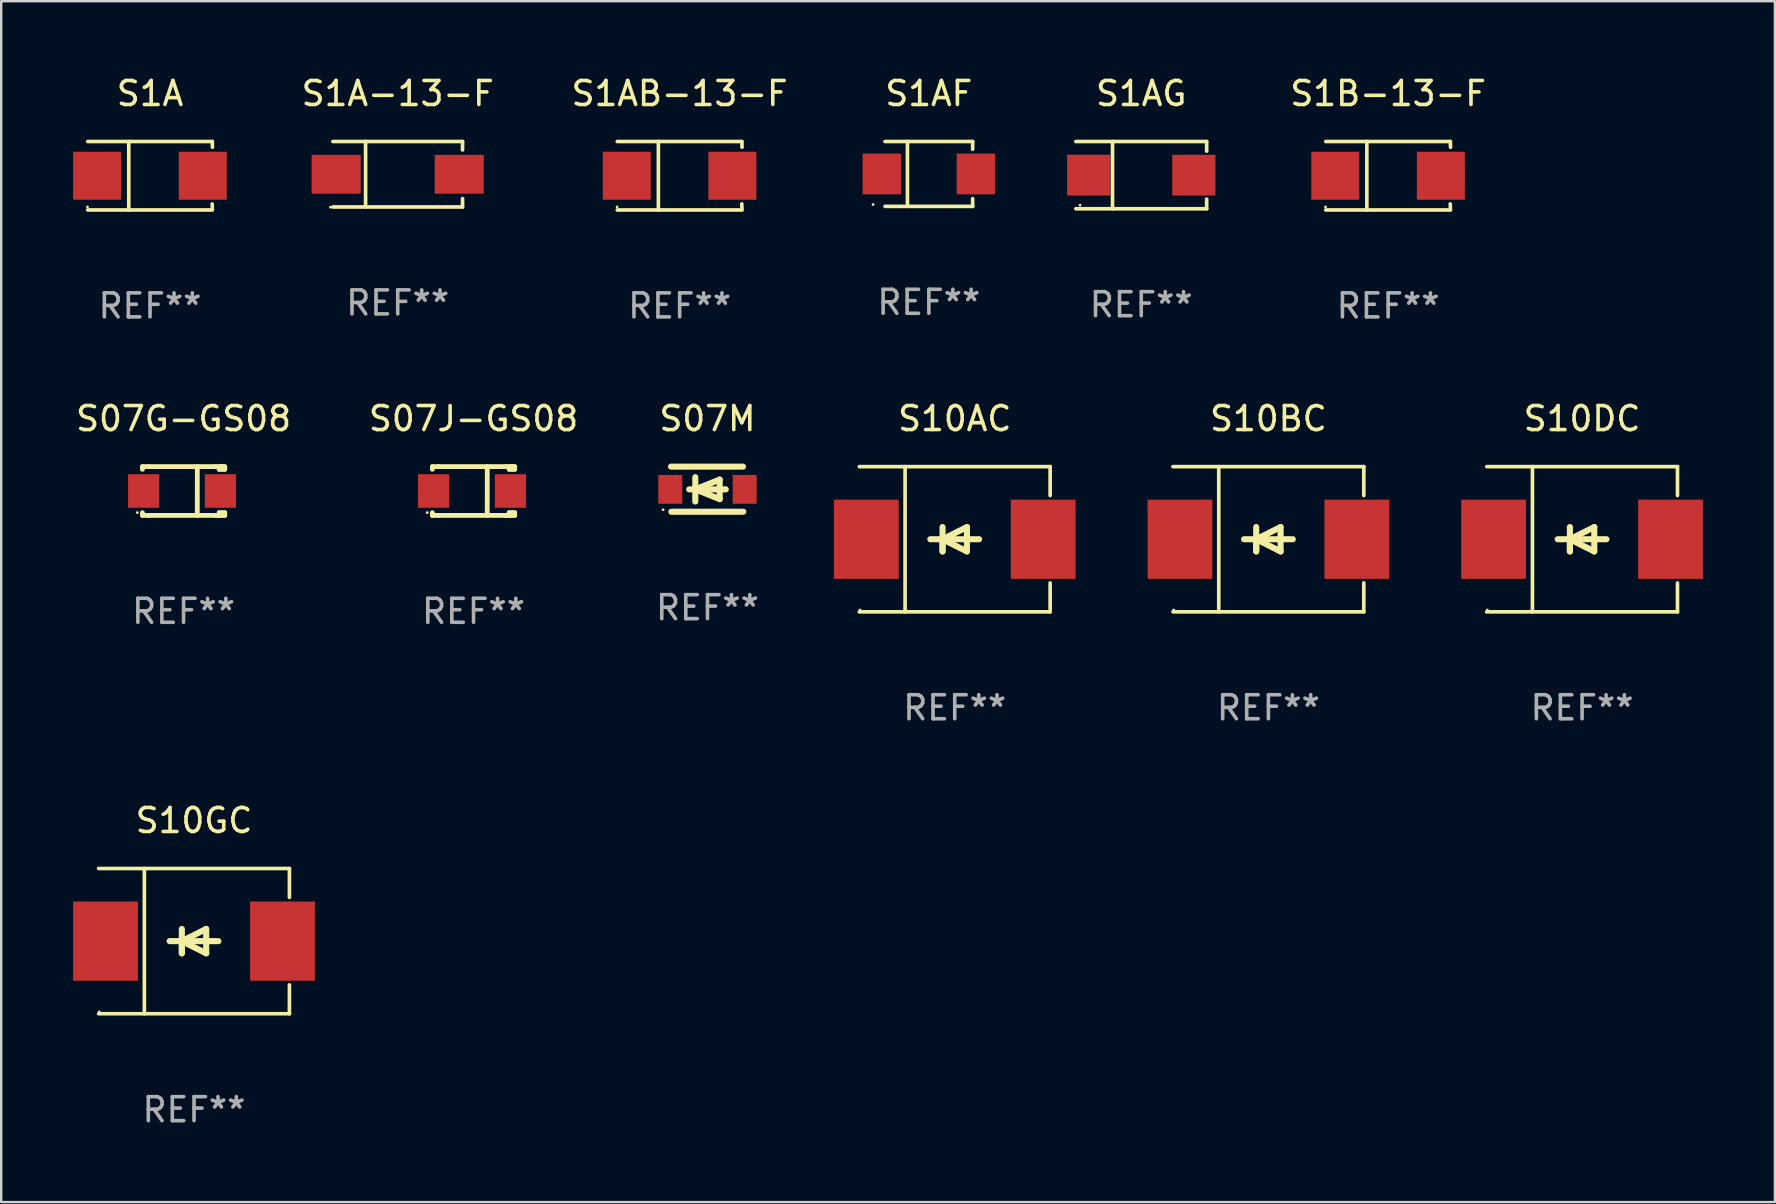
<source format=kicad_pcb>
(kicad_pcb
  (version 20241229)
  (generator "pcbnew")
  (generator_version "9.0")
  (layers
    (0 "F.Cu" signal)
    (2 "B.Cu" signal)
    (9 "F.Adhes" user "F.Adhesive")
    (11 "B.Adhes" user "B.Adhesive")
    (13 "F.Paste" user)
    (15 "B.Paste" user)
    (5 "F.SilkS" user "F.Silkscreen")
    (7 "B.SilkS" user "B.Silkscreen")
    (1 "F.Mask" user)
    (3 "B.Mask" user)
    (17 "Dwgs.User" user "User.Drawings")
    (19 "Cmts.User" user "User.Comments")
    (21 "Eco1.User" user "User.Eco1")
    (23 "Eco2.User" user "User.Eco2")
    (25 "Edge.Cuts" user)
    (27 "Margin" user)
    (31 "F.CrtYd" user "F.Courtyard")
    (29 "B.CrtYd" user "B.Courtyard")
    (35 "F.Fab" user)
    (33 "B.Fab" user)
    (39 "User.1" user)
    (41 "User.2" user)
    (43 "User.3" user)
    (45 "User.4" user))
  (footprint "S07J-GS08"
    (layer "F.Cu")
    (at 16.685 17.413)
    (property "Reference" "S07J-GS08" (at 0 -3.016 0) (layer "F.SilkS") (effects (font (size 1 1) (thickness 0.15))))
    (attr through_hole)
    (fp_line (start -1.715 -1.016) (end -1.715 -0.904) (stroke (width 0.2) (type solid)) (layer "F.SilkS"))
    (fp_line (start -1.715 0.904) (end -1.715 1.016) (stroke (width 0.2) (type solid)) (layer "F.SilkS"))
    (fp_line (start -1.715 1.016) (end -1.461 1.016) (stroke (width 0.2) (type solid)) (layer "F.SilkS"))
    (fp_line (start -1.461 -1.016) (end -1.715 -1.016) (stroke (width 0.2) (type solid)) (layer "F.SilkS"))
    (fp_line (start -1.461 -1.016) (end 1.339 -1.016) (stroke (width 0.2) (type solid)) (layer "F.SilkS"))
    (fp_line (start -1.461 1.016) (end 1.339 1.016) (stroke (width 0.2) (type solid)) (layer "F.SilkS"))
    (fp_line (start 0.572 -1.016) (end 0.571 1.016) (stroke (width 0.2) (type solid)) (layer "F.SilkS"))
    (fp_line (start 1.339 -1.016) (end 1.588 -1.016) (stroke (width 0.2) (type solid)) (layer "F.SilkS"))
    (fp_line (start 1.339 1.016) (end 1.486 1.016) (stroke (width 0.2) (type solid)) (layer "F.SilkS"))
    (fp_line (start 1.486 -0.904) (end 1.486 -1.016) (stroke (width 0.2) (type solid)) (layer "F.SilkS"))
    (fp_line (start 1.486 1.016) (end 1.486 0.904) (stroke (width 0.2) (type solid)) (layer "F.SilkS"))
    (fp_line (start 1.588 -1.016) (end 1.603 -1.016) (stroke (width 0.2) (type solid)) (layer "F.SilkS"))
    (fp_line (start 1.588 -1.016) (end 1.715 -1.016) (stroke (width 0.2) (type solid)) (layer "F.SilkS"))
    (fp_line (start 1.603 -1.016) (end 1.603 -0.904) (stroke (width 0.2) (type solid)) (layer "F.SilkS"))
    (fp_line (start 1.603 0.904) (end 1.603 1.016) (stroke (width 0.2) (type solid)) (layer "F.SilkS"))
    (fp_line (start 1.715 -1.016) (end 1.715 -0.904) (stroke (width 0.2) (type solid)) (layer "F.SilkS"))
    (fp_line (start 1.715 -0.904) (end 1.486 -0.904) (stroke (width 0.2) (type solid)) (layer "F.SilkS"))
    (fp_line (start 1.715 0.904) (end 1.486 0.904) (stroke (width 0.2) (type solid)) (layer "F.SilkS"))
    (fp_line (start 1.715 0.904) (end 1.715 1.016) (stroke (width 0.2) (type solid)) (layer "F.SilkS"))
    (fp_line (start 1.715 1.016) (end 1.339 1.016) (stroke (width 0.2) (type solid)) (layer "F.SilkS"))
    (fp_circle (center -1.929 0.9) (end -1.899 0.9) (stroke (width 0.06) (type solid)) (fill no) (layer "F.SilkS"))
    (fp_text user "REF**" (at 0 5.016 0) (layer "F.Fab") (effects (font (size 1 1) (thickness 0.15))))
    (pad "1" smd rect (at -1.664 0) (size 1.3 1.4) (layers "F.Cu" "F.Mask" "F.Paste"))
    (pad "2" smd rect (at 1.537 0) (size 1.3 1.4) (layers "F.Cu" "F.Mask" "F.Paste")))
  (footprint "S1AG"
    (layer "F.Cu")
    (at 44.512 4.249)
    (property "Reference" "S1AG" (at 0 -3.401 0) (layer "F.SilkS") (effects (font (size 1 1) (thickness 0.15))))
    (attr through_hole)
    (fp_line (start -2.726 -1.401) (end 2.726 -1.401) (stroke (width 0.152) (type solid)) (layer "F.SilkS"))
    (fp_line (start -2.726 1.401) (end 2.726 1.401) (stroke (width 0.152) (type solid)) (layer "F.SilkS"))
    (fp_line (start -1.197 -1.401) (end -1.197 1.401) (stroke (width 0.152) (type solid)) (layer "F.SilkS"))
    (fp_line (start 2.726 -1.401) (end 2.726 -1) (stroke (width 0.152) (type solid)) (layer "F.SilkS"))
    (fp_line (start 2.726 1.401) (end 2.726 1) (stroke (width 0.152) (type solid)) (layer "F.SilkS"))
    (fp_circle (center -2.55 1.25) (end -2.52 1.25) (stroke (width 0.06) (type solid)) (fill no) (layer "F.SilkS"))
    (fp_text user "REF**" (at 0 5.401 0) (layer "F.Fab") (effects (font (size 1 1) (thickness 0.15))))
    (pad "1" smd rect (at -2.192 0) (size 1.8 1.7) (layers "F.Cu" "F.Mask" "F.Paste"))
    (pad "2" smd rect (at 2.192 0) (size 1.8 1.7) (layers "F.Cu" "F.Mask" "F.Paste")))
  (footprint "S1B-13-F"
    (layer "F.Cu")
    (at 54.801 4.274)
    (property "Reference" "S1B-13-F" (at 0 -3.426 0) (layer "F.SilkS") (effects (font (size 1 1) (thickness 0.15))))
    (attr through_hole)
    (fp_line (start -2.6 -1.426) (end 2.593 -1.426) (stroke (width 0.152) (type solid)) (layer "F.SilkS"))
    (fp_line (start -2.6 1.426) (end 2.593 1.426) (stroke (width 0.152) (type solid)) (layer "F.SilkS"))
    (fp_line (start -0.887 -1.426) (end -0.887 1.426) (stroke (width 0.152) (type solid)) (layer "F.SilkS"))
    (fp_line (start 2.59 1.176) (end 2.597 1.415) (stroke (width 0.152) (type solid)) (layer "F.SilkS"))
    (fp_line (start 2.593 -1.426) (end 2.6 -1.187) (stroke (width 0.152) (type solid)) (layer "F.SilkS"))
    (fp_circle (center -2.608 1.3) (end -2.578 1.3) (stroke (width 0.06) (type solid)) (fill no) (layer "F.SilkS"))
    (fp_text user "REF**" (at 0 5.426 0) (layer "F.Fab") (effects (font (size 1 1) (thickness 0.15))))
    (pad "1" smd rect (at -2.203 0 180) (size 2 2) (layers "F.Cu" "F.Mask" "F.Paste"))
    (pad "2" smd rect (at 2.197 0 180) (size 2 2) (layers "F.Cu" "F.Mask" "F.Paste")))
  (footprint "S07G-GS08"
    (layer "F.Cu")
    (at 4.601 17.413)
    (property "Reference" "S07G-GS08" (at 0 -3.016 0) (layer "F.SilkS") (effects (font (size 1 1) (thickness 0.15))))
    (attr through_hole)
    (fp_line (start -1.715 -1.016) (end -1.715 -0.904) (stroke (width 0.2) (type solid)) (layer "F.SilkS"))
    (fp_line (start -1.715 0.904) (end -1.715 1.016) (stroke (width 0.2) (type solid)) (layer "F.SilkS"))
    (fp_line (start -1.715 1.016) (end -1.461 1.016) (stroke (width 0.2) (type solid)) (layer "F.SilkS"))
    (fp_line (start -1.461 -1.016) (end -1.715 -1.016) (stroke (width 0.2) (type solid)) (layer "F.SilkS"))
    (fp_line (start -1.461 -1.016) (end 1.339 -1.016) (stroke (width 0.2) (type solid)) (layer "F.SilkS"))
    (fp_line (start -1.461 1.016) (end 1.339 1.016) (stroke (width 0.2) (type solid)) (layer "F.SilkS"))
    (fp_line (start 0.572 -1.016) (end 0.571 1.016) (stroke (width 0.2) (type solid)) (layer "F.SilkS"))
    (fp_line (start 1.339 -1.016) (end 1.588 -1.016) (stroke (width 0.2) (type solid)) (layer "F.SilkS"))
    (fp_line (start 1.339 1.016) (end 1.486 1.016) (stroke (width 0.2) (type solid)) (layer "F.SilkS"))
    (fp_line (start 1.486 -0.904) (end 1.486 -1.016) (stroke (width 0.2) (type solid)) (layer "F.SilkS"))
    (fp_line (start 1.486 1.016) (end 1.486 0.904) (stroke (width 0.2) (type solid)) (layer "F.SilkS"))
    (fp_line (start 1.588 -1.016) (end 1.603 -1.016) (stroke (width 0.2) (type solid)) (layer "F.SilkS"))
    (fp_line (start 1.588 -1.016) (end 1.715 -1.016) (stroke (width 0.2) (type solid)) (layer "F.SilkS"))
    (fp_line (start 1.603 -1.016) (end 1.603 -0.904) (stroke (width 0.2) (type solid)) (layer "F.SilkS"))
    (fp_line (start 1.603 0.904) (end 1.603 1.016) (stroke (width 0.2) (type solid)) (layer "F.SilkS"))
    (fp_line (start 1.715 -1.016) (end 1.715 -0.904) (stroke (width 0.2) (type solid)) (layer "F.SilkS"))
    (fp_line (start 1.715 -0.904) (end 1.486 -0.904) (stroke (width 0.2) (type solid)) (layer "F.SilkS"))
    (fp_line (start 1.715 0.904) (end 1.486 0.904) (stroke (width 0.2) (type solid)) (layer "F.SilkS"))
    (fp_line (start 1.715 0.904) (end 1.715 1.016) (stroke (width 0.2) (type solid)) (layer "F.SilkS"))
    (fp_line (start 1.715 1.016) (end 1.339 1.016) (stroke (width 0.2) (type solid)) (layer "F.SilkS"))
    (fp_circle (center -1.929 0.9) (end -1.899 0.9) (stroke (width 0.06) (type solid)) (fill no) (layer "F.SilkS"))
    (fp_text user "REF**" (at 0 5.016 0) (layer "F.Fab") (effects (font (size 1 1) (thickness 0.15))))
    (pad "1" smd rect (at -1.664 0) (size 1.3 1.4) (layers "F.Cu" "F.Mask" "F.Paste"))
    (pad "2" smd rect (at 1.537 0) (size 1.3 1.4) (layers "F.Cu" "F.Mask" "F.Paste")))
  (footprint "S1A"
    (layer "F.Cu")
    (at 3.203 4.274)
    (property "Reference" "S1A" (at 0 -3.426 0) (layer "F.SilkS") (effects (font (size 1 1) (thickness 0.15))))
    (attr through_hole)
    (fp_line (start -2.6 -1.426) (end 2.593 -1.426) (stroke (width 0.152) (type solid)) (layer "F.SilkS"))
    (fp_line (start -2.6 1.426) (end 2.593 1.426) (stroke (width 0.152) (type solid)) (layer "F.SilkS"))
    (fp_line (start -0.887 -1.426) (end -0.887 1.426) (stroke (width 0.152) (type solid)) (layer "F.SilkS"))
    (fp_line (start 2.59 1.176) (end 2.597 1.415) (stroke (width 0.152) (type solid)) (layer "F.SilkS"))
    (fp_line (start 2.593 -1.426) (end 2.6 -1.187) (stroke (width 0.152) (type solid)) (layer "F.SilkS"))
    (fp_circle (center -2.608 1.3) (end -2.578 1.3) (stroke (width 0.06) (type solid)) (fill no) (layer "F.SilkS"))
    (fp_text user "REF**" (at 0 5.426 0) (layer "F.Fab") (effects (font (size 1 1) (thickness 0.15))))
    (pad "1" smd rect (at -2.203 0 180) (size 2 2) (layers "F.Cu" "F.Mask" "F.Paste"))
    (pad "2" smd rect (at 2.197 0 180) (size 2 2) (layers "F.Cu" "F.Mask" "F.Paste")))
  (footprint "S10DC"
    (layer "F.Cu")
    (at 62.884 19.423)
    (property "Reference" "S10DC" (at 0 -5.026 0) (layer "F.SilkS") (effects (font (size 1 1) (thickness 0.15))))
    (attr through_hole)
    (fp_line (start -3.976 -3.026) (end 3.976 -3.026) (stroke (width 0.152) (type solid)) (layer "F.SilkS"))
    (fp_line (start -3.976 3.026) (end 3.976 3.026) (stroke (width 0.152) (type solid)) (layer "F.SilkS"))
    (fp_line (start -2.069 -3.026) (end -2.069 3.026) (stroke (width 0.152) (type solid)) (layer "F.SilkS"))
    (fp_line (start -0.508 0) (end -0.508 0.508) (stroke (width 0.254) (type solid)) (layer "F.SilkS"))
    (fp_line (start -0.508 0) (end 0.508 0.508) (stroke (width 0.254) (type solid)) (layer "F.SilkS"))
    (fp_line (start -0.508 0.508) (end -0.508 -0.508) (stroke (width 0.254) (type solid)) (layer "F.SilkS"))
    (fp_line (start 0.508 -0.508) (end -0.508 0) (stroke (width 0.254) (type solid)) (layer "F.SilkS"))
    (fp_line (start 0.508 0.508) (end 0.508 -0.508) (stroke (width 0.254) (type solid)) (layer "F.SilkS"))
    (fp_line (start 1.016 0) (end -1.016 0) (stroke (width 0.254) (type solid)) (layer "F.SilkS"))
    (fp_line (start 3.976 -3.026) (end 3.976 -1.823) (stroke (width 0.152) (type solid)) (layer "F.SilkS"))
    (fp_line (start 3.976 3.026) (end 3.976 1.823) (stroke (width 0.152) (type solid)) (layer "F.SilkS"))
    (fp_circle (center -3.95 2.95) (end -3.92 2.95) (stroke (width 0.06) (type solid)) (fill no) (layer "F.SilkS"))
    (fp_text user "REF**" (at 0 7.026 0) (layer "F.Fab") (effects (font (size 1 1) (thickness 0.15))))
    (pad "1" smd rect (at -3.686 0) (size 2.7 3.3) (layers "F.Cu" "F.Mask" "F.Paste"))
    (pad "2" smd rect (at 3.686 0) (size 2.7 3.3) (layers "F.Cu" "F.Mask" "F.Paste")))
  (footprint "S1A-13-F"
    (layer "F.Cu")
    (at 13.525 4.212)
    (property "Reference" "S1A-13-F" (at 0 -3.364 0) (layer "F.SilkS") (effects (font (size 1 1) (thickness 0.15))))
    (attr through_hole)
    (fp_line (start -2.701 -1.364) (end 2.701 -1.364) (stroke (width 0.152) (type solid)) (layer "F.SilkS"))
    (fp_line (start -2.701 1.364) (end 2.701 1.364) (stroke (width 0.152) (type solid)) (layer "F.SilkS"))
    (fp_line (start -1.339 -1.364) (end -1.339 1.364) (stroke (width 0.152) (type solid)) (layer "F.SilkS"))
    (fp_line (start 2.701 -1.364) (end 2.701 -1.013) (stroke (width 0.152) (type solid)) (layer "F.SilkS"))
    (fp_line (start 2.701 1.364) (end 2.701 1.013) (stroke (width 0.152) (type solid)) (layer "F.SilkS"))
    (fp_circle (center -2.8 1.375) (end -2.77 1.375) (stroke (width 0.06) (type solid)) (fill no) (layer "F.SilkS"))
    (fp_text user "REF**" (at 0 5.364 0) (layer "F.Fab") (effects (font (size 1 1) (thickness 0.15))))
    (pad "1" smd rect (at -2.565 -0.000025) (size 2.046 1.62) (layers "F.Cu" "F.Mask" "F.Paste"))
    (pad "2" smd rect (at 2.565 -0.000025) (size 2.046 1.62) (layers "F.Cu" "F.Mask" "F.Paste")))
  (footprint "S1AF"
    (layer "F.Cu")
    (at 35.66 4.199)
    (property "Reference" "S1AF" (at 0 -3.351 0) (layer "F.SilkS") (effects (font (size 1 1) (thickness 0.15))))
    (attr through_hole)
    (fp_line (start -1.826 -1.351) (end 1.826 -1.351) (stroke (width 0.152) (type solid)) (layer "F.SilkS"))
    (fp_line (start -1.826 1.351) (end 1.826 1.351) (stroke (width 0.152) (type solid)) (layer "F.SilkS"))
    (fp_line (start -0.892 -1.351) (end -0.892 1.351) (stroke (width 0.152) (type solid)) (layer "F.SilkS"))
    (fp_line (start 1.826 -1.351) (end 1.826 -1.03) (stroke (width 0.152) (type solid)) (layer "F.SilkS"))
    (fp_line (start 1.826 1.03) (end 1.826 1.351) (stroke (width 0.152) (type solid)) (layer "F.SilkS"))
    (fp_circle (center -2.325 1.275) (end -2.295 1.275) (stroke (width 0.06) (type solid)) (fill no) (layer "F.SilkS"))
    (fp_text user "REF**" (at 0 5.351 0) (layer "F.Fab") (effects (font (size 1 1) (thickness 0.15))))
    (pad "1" smd rect (at -1.96 0 180) (size 1.6 1.7) (layers "F.Cu" "F.Mask" "F.Paste"))
    (pad "2" smd rect (at 1.96 0 180) (size 1.6 1.7) (layers "F.Cu" "F.Mask" "F.Paste")))
  (footprint "S10AC"
    (layer "F.Cu")
    (at 36.739 19.423)
    (property "Reference" "S10AC" (at 0 -5.026 0) (layer "F.SilkS") (effects (font (size 1 1) (thickness 0.15))))
    (attr through_hole)
    (fp_line (start -3.976 -3.026) (end 3.976 -3.026) (stroke (width 0.152) (type solid)) (layer "F.SilkS"))
    (fp_line (start -3.976 3.026) (end 3.976 3.026) (stroke (width 0.152) (type solid)) (layer "F.SilkS"))
    (fp_line (start -2.069 -3.026) (end -2.069 3.026) (stroke (width 0.152) (type solid)) (layer "F.SilkS"))
    (fp_line (start -0.508 0) (end -0.508 0.508) (stroke (width 0.254) (type solid)) (layer "F.SilkS"))
    (fp_line (start -0.508 0) (end 0.508 0.508) (stroke (width 0.254) (type solid)) (layer "F.SilkS"))
    (fp_line (start -0.508 0.508) (end -0.508 -0.508) (stroke (width 0.254) (type solid)) (layer "F.SilkS"))
    (fp_line (start 0.508 -0.508) (end -0.508 0) (stroke (width 0.254) (type solid)) (layer "F.SilkS"))
    (fp_line (start 0.508 0.508) (end 0.508 -0.508) (stroke (width 0.254) (type solid)) (layer "F.SilkS"))
    (fp_line (start 1.016 0) (end -1.016 0) (stroke (width 0.254) (type solid)) (layer "F.SilkS"))
    (fp_line (start 3.976 -3.026) (end 3.976 -1.823) (stroke (width 0.152) (type solid)) (layer "F.SilkS"))
    (fp_line (start 3.976 3.026) (end 3.976 1.823) (stroke (width 0.152) (type solid)) (layer "F.SilkS"))
    (fp_circle (center -3.95 2.95) (end -3.92 2.95) (stroke (width 0.06) (type solid)) (fill no) (layer "F.SilkS"))
    (fp_text user "REF**" (at 0 7.026 0) (layer "F.Fab") (effects (font (size 1 1) (thickness 0.15))))
    (pad "1" smd rect (at -3.686 0) (size 2.7 3.3) (layers "F.Cu" "F.Mask" "F.Paste"))
    (pad "2" smd rect (at 3.686 0) (size 2.7 3.3) (layers "F.Cu" "F.Mask" "F.Paste")))
  (footprint "S1AB-13-F"
    (layer "F.Cu")
    (at 25.275 4.274)
    (property "Reference" "S1AB-13-F" (at 0 -3.426 0) (layer "F.SilkS") (effects (font (size 1 1) (thickness 0.15))))
    (attr through_hole)
    (fp_line (start -2.6 -1.426) (end 2.593 -1.426) (stroke (width 0.152) (type solid)) (layer "F.SilkS"))
    (fp_line (start -2.6 1.426) (end 2.593 1.426) (stroke (width 0.152) (type solid)) (layer "F.SilkS"))
    (fp_line (start -0.887 -1.426) (end -0.887 1.426) (stroke (width 0.152) (type solid)) (layer "F.SilkS"))
    (fp_line (start 2.59 1.176) (end 2.597 1.415) (stroke (width 0.152) (type solid)) (layer "F.SilkS"))
    (fp_line (start 2.593 -1.426) (end 2.6 -1.187) (stroke (width 0.152) (type solid)) (layer "F.SilkS"))
    (fp_circle (center -2.608 1.3) (end -2.578 1.3) (stroke (width 0.06) (type solid)) (fill no) (layer "F.SilkS"))
    (fp_text user "REF**" (at 0 5.426 0) (layer "F.Fab") (effects (font (size 1 1) (thickness 0.15))))
    (pad "1" smd rect (at -2.203 0 180) (size 2 2) (layers "F.Cu" "F.Mask" "F.Paste"))
    (pad "2" smd rect (at 2.197 0 180) (size 2 2) (layers "F.Cu" "F.Mask" "F.Paste")))
  (footprint "S10BC"
    (layer "F.Cu")
    (at 49.811 19.423)
    (property "Reference" "S10BC" (at 0 -5.026 0) (layer "F.SilkS") (effects (font (size 1 1) (thickness 0.15))))
    (attr through_hole)
    (fp_line (start -3.976 -3.026) (end 3.976 -3.026) (stroke (width 0.152) (type solid)) (layer "F.SilkS"))
    (fp_line (start -3.976 3.026) (end 3.976 3.026) (stroke (width 0.152) (type solid)) (layer "F.SilkS"))
    (fp_line (start -2.069 -3.026) (end -2.069 3.026) (stroke (width 0.152) (type solid)) (layer "F.SilkS"))
    (fp_line (start -0.508 0) (end -0.508 0.508) (stroke (width 0.254) (type solid)) (layer "F.SilkS"))
    (fp_line (start -0.508 0) (end 0.508 0.508) (stroke (width 0.254) (type solid)) (layer "F.SilkS"))
    (fp_line (start -0.508 0.508) (end -0.508 -0.508) (stroke (width 0.254) (type solid)) (layer "F.SilkS"))
    (fp_line (start 0.508 -0.508) (end -0.508 0) (stroke (width 0.254) (type solid)) (layer "F.SilkS"))
    (fp_line (start 0.508 0.508) (end 0.508 -0.508) (stroke (width 0.254) (type solid)) (layer "F.SilkS"))
    (fp_line (start 1.016 0) (end -1.016 0) (stroke (width 0.254) (type solid)) (layer "F.SilkS"))
    (fp_line (start 3.976 -3.026) (end 3.976 -1.823) (stroke (width 0.152) (type solid)) (layer "F.SilkS"))
    (fp_line (start 3.976 3.026) (end 3.976 1.823) (stroke (width 0.152) (type solid)) (layer "F.SilkS"))
    (fp_circle (center -3.95 2.95) (end -3.92 2.95) (stroke (width 0.06) (type solid)) (fill no) (layer "F.SilkS"))
    (fp_text user "REF**" (at 0 7.026 0) (layer "F.Fab") (effects (font (size 1 1) (thickness 0.15))))
    (pad "1" smd rect (at -3.686 0) (size 2.7 3.3) (layers "F.Cu" "F.Mask" "F.Paste"))
    (pad "2" smd rect (at 3.686 0) (size 2.7 3.3) (layers "F.Cu" "F.Mask" "F.Paste")))
  (footprint "S10GC"
    (layer "F.Cu")
    (at 5.036 36.172)
    (property "Reference" "S10GC" (at 0 -5.026 0) (layer "F.SilkS") (effects (font (size 1 1) (thickness 0.15))))
    (attr through_hole)
    (fp_line (start -3.976 -3.026) (end 3.976 -3.026) (stroke (width 0.152) (type solid)) (layer "F.SilkS"))
    (fp_line (start -3.976 3.026) (end 3.976 3.026) (stroke (width 0.152) (type solid)) (layer "F.SilkS"))
    (fp_line (start -2.069 -3.026) (end -2.069 3.026) (stroke (width 0.152) (type solid)) (layer "F.SilkS"))
    (fp_line (start -0.508 0) (end -0.508 0.508) (stroke (width 0.254) (type solid)) (layer "F.SilkS"))
    (fp_line (start -0.508 0) (end 0.508 0.508) (stroke (width 0.254) (type solid)) (layer "F.SilkS"))
    (fp_line (start -0.508 0.508) (end -0.508 -0.508) (stroke (width 0.254) (type solid)) (layer "F.SilkS"))
    (fp_line (start 0.508 -0.508) (end -0.508 0) (stroke (width 0.254) (type solid)) (layer "F.SilkS"))
    (fp_line (start 0.508 0.508) (end 0.508 -0.508) (stroke (width 0.254) (type solid)) (layer "F.SilkS"))
    (fp_line (start 1.016 0) (end -1.016 0) (stroke (width 0.254) (type solid)) (layer "F.SilkS"))
    (fp_line (start 3.976 -3.026) (end 3.976 -1.823) (stroke (width 0.152) (type solid)) (layer "F.SilkS"))
    (fp_line (start 3.976 3.026) (end 3.976 1.823) (stroke (width 0.152) (type solid)) (layer "F.SilkS"))
    (fp_circle (center -3.95 2.95) (end -3.92 2.95) (stroke (width 0.06) (type solid)) (fill no) (layer "F.SilkS"))
    (fp_text user "REF**" (at 0 7.026 0) (layer "F.Fab") (effects (font (size 1 1) (thickness 0.15))))
    (pad "1" smd rect (at -3.686 0) (size 2.7 3.3) (layers "F.Cu" "F.Mask" "F.Paste"))
    (pad "2" smd rect (at 3.686 0) (size 2.7 3.3) (layers "F.Cu" "F.Mask" "F.Paste")))
  (footprint "S07M"
    (layer "F.Cu")
    (at 26.435 17.337)
    (property "Reference" "S07M" (at 0 -2.94 0) (layer "F.SilkS") (effects (font (size 1 1) (thickness 0.15))))
    (attr through_hole)
    (fp_line (start -1.52 -0.94) (end 1.48 -0.94) (stroke (width 0.254) (type solid)) (layer "F.SilkS"))
    (fp_line (start -1.507 0.94) (end 1.493 0.94) (stroke (width 0.254) (type solid)) (layer "F.SilkS"))
    (fp_line (start -0.762 0.007) (end 0.762 0.007) (stroke (width 0.254) (type solid)) (layer "F.SilkS"))
    (fp_line (start -0.508 -0.501) (end -0.508 0.515) (stroke (width 0.254) (type solid)) (layer "F.SilkS"))
    (fp_line (start -0.508 0.007) (end 0.508 -0.4) (stroke (width 0.254) (type solid)) (layer "F.SilkS"))
    (fp_line (start 0.508 -0.4) (end 0.508 0.413) (stroke (width 0.254) (type solid)) (layer "F.SilkS"))
    (fp_line (start 0.508 0.413) (end -0.508 0.007) (stroke (width 0.254) (type solid)) (layer "F.SilkS"))
    (fp_circle (center -1.85 0.857) (end -1.82 0.857) (stroke (width 0.06) (type solid)) (fill no) (layer "F.SilkS"))
    (fp_text user "REF**" (at 0 4.94 0) (layer "F.Fab") (effects (font (size 1 1) (thickness 0.15))))
    (pad "1" smd rect (at -1.55 0.007) (size 1 1.2) (layers "F.Cu" "F.Mask" "F.Paste"))
    (pad "2" smd rect (at 1.55 0.007) (size 1 1.2) (layers "F.Cu" "F.Mask" "F.Paste")))
  (gr_rect
    (start -3 -3)
    (end 70.92 47.047)
    (stroke (width 0.1) (type default))
    (fill no)
    (layer "Edge.Cuts")))
</source>
